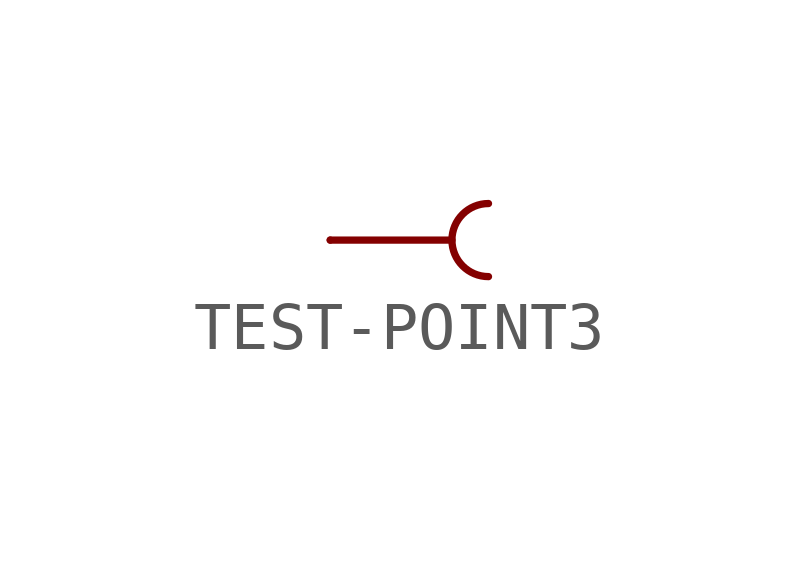
<source format=kicad_sym>
(kicad_symbol_lib
  (version 20220914)
  (generator kicad_symbol_editor)
  (symbol "TEST-POINT3"
    (property "Reference" "TP"
      (at -2.54 2.54 0)
      (effects (font (size 1.778 1.778)) (justify left bottom) hide))
    (property "ki_locked" ""
      (at 0 0 0)
      (effects (font (size 1.27 1.27))))
    (symbol "TEST-POINT3_1_0"
      (polyline (pts (xy 2.54 0) (xy 0 0)) (stroke (width 0.152) (type solid)) (fill (type none)))
      (arc (start 3.302 0.762) (mid 2.54 0) (end 3.302 -0.762) (stroke (width 0.1524) (type solid)) (fill (type none)))
      (pin bidirectional line (at 0 0 180) (length 0) (name "1" (effects (font (size 0 0)))) (number "P$1" (effects (font (size 0 0))))))))
</source>
